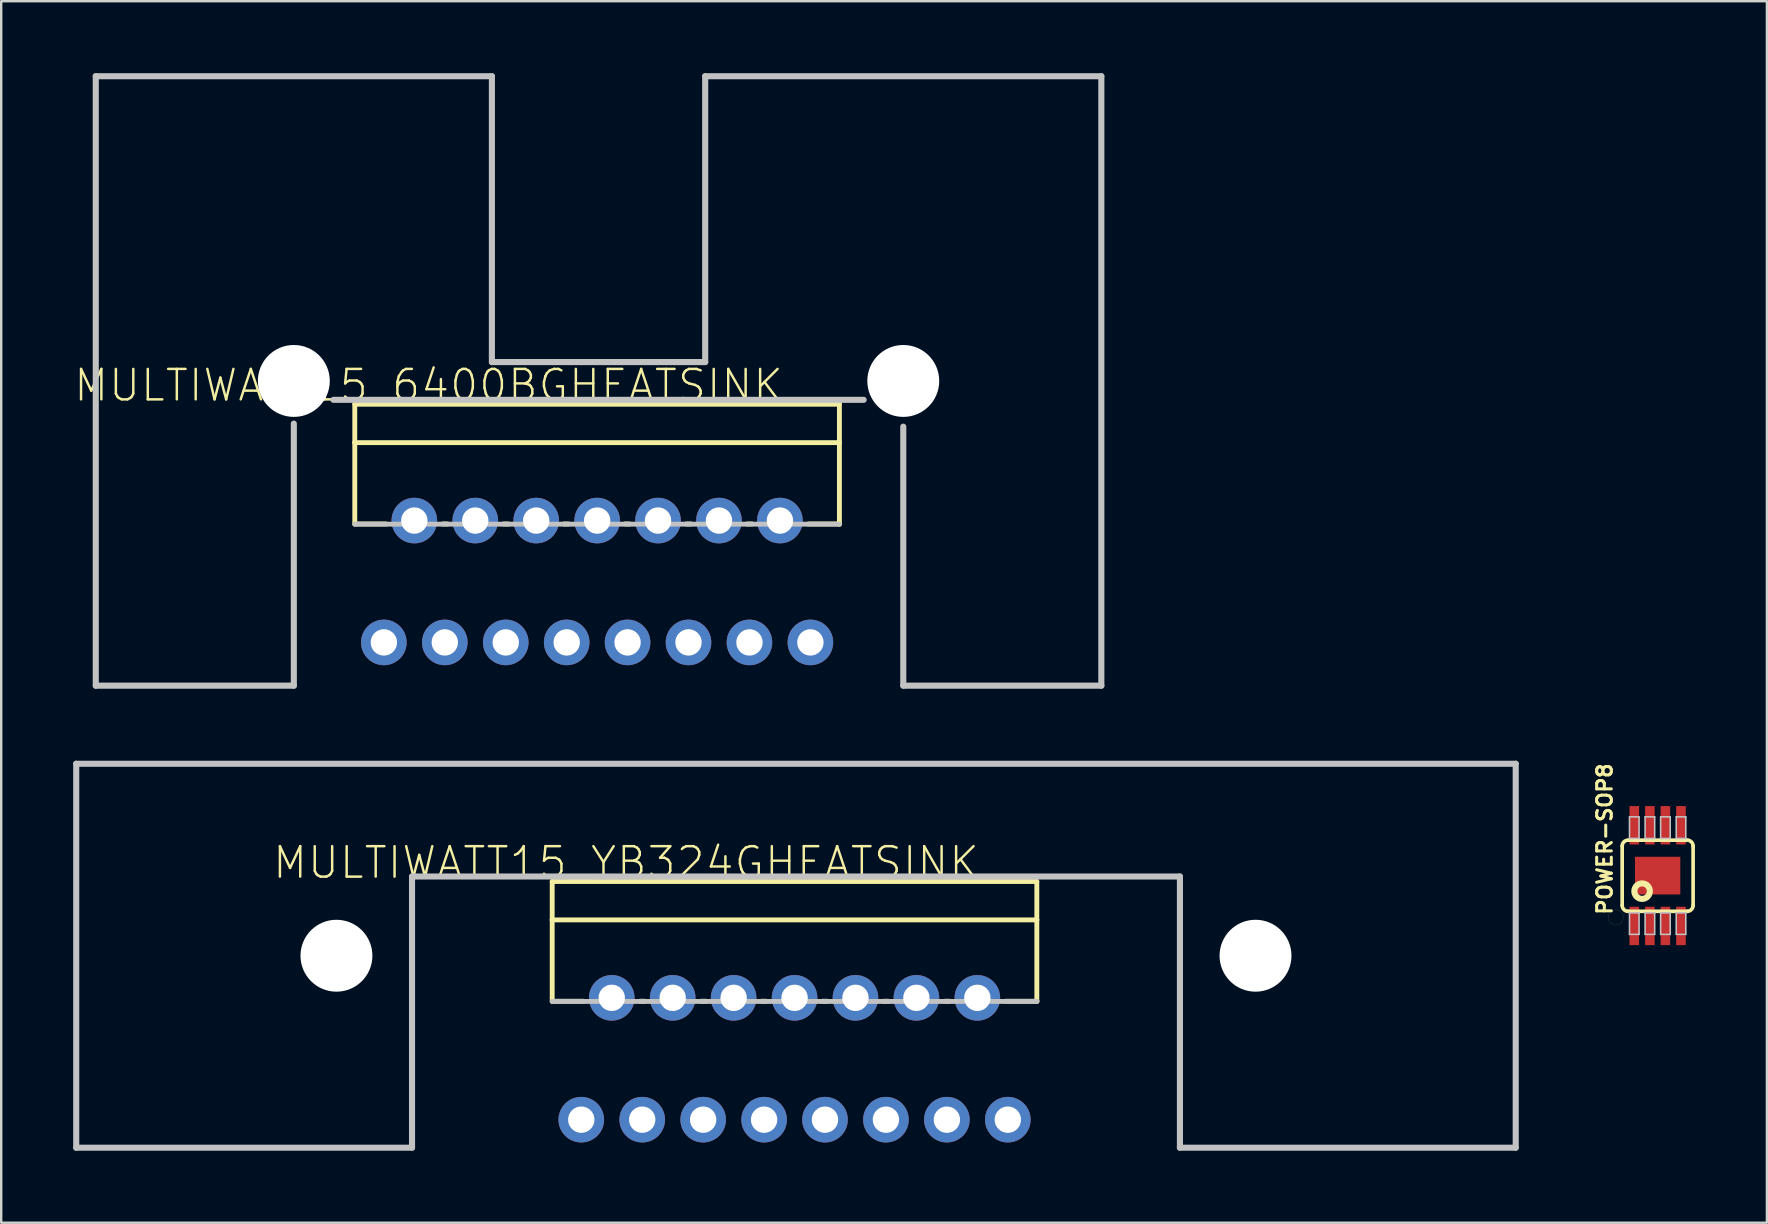
<source format=kicad_pcb>
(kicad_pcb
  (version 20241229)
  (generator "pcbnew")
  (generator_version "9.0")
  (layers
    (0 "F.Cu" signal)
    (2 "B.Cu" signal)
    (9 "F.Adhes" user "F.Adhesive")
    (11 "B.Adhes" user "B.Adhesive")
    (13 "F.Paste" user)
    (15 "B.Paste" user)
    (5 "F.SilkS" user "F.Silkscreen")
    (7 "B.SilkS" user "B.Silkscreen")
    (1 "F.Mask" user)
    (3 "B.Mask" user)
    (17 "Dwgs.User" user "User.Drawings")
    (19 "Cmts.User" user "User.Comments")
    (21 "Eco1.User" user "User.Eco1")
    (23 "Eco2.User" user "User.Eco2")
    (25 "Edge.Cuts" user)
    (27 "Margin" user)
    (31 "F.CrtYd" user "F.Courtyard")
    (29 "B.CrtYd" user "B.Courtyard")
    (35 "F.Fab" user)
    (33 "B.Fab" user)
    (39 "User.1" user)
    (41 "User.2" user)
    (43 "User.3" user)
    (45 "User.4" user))
  (footprint "POWER-SOP8"
    (layer "F.Cu")
    (at 66.036 33.443)
    (property "Reference" "POWER-SOP8" (at -2.207 -1.524 90) (layer "F.SilkS") (effects (font (size 0.61 0.61) (thickness 0.127))))
    (attr smd)
    (fp_line (start -2.062 1.745) (end -2.055 1.816) (stroke (width 0.003) (type solid)) (layer "F.SilkS"))
    (fp_line (start -2.055 1.674) (end -2.062 1.745) (stroke (width 0.003) (type solid)) (layer "F.SilkS"))
    (fp_line (start -2.055 1.816) (end -2.032 1.882) (stroke (width 0.003) (type solid)) (layer "F.SilkS"))
    (fp_line (start -2.032 1.608) (end -2.055 1.674) (stroke (width 0.003) (type solid)) (layer "F.SilkS"))
    (fp_line (start -2.032 1.882) (end -1.994 1.943) (stroke (width 0.003) (type solid)) (layer "F.SilkS"))
    (fp_line (start -1.994 1.547) (end -2.032 1.608) (stroke (width 0.003) (type solid)) (layer "F.SilkS"))
    (fp_line (start -1.994 1.943) (end -1.943 1.994) (stroke (width 0.003) (type solid)) (layer "F.SilkS"))
    (fp_line (start -1.943 1.496) (end -1.994 1.547) (stroke (width 0.003) (type solid)) (layer "F.SilkS"))
    (fp_line (start -1.943 1.994) (end -1.882 2.032) (stroke (width 0.003) (type solid)) (layer "F.SilkS"))
    (fp_line (start -1.882 1.458) (end -1.943 1.496) (stroke (width 0.003) (type solid)) (layer "F.SilkS"))
    (fp_line (start -1.882 2.032) (end -1.816 2.055) (stroke (width 0.003) (type solid)) (layer "F.SilkS"))
    (fp_line (start -1.816 1.435) (end -1.882 1.458) (stroke (width 0.003) (type solid)) (layer "F.SilkS"))
    (fp_line (start -1.816 2.055) (end -1.745 2.062) (stroke (width 0.003) (type solid)) (layer "F.SilkS"))
    (fp_line (start -1.745 1.427) (end -1.816 1.435) (stroke (width 0.003) (type solid)) (layer "F.SilkS"))
    (fp_line (start -1.745 2.062) (end -1.674 2.055) (stroke (width 0.003) (type solid)) (layer "F.SilkS"))
    (fp_line (start -1.674 1.435) (end -1.745 1.427) (stroke (width 0.003) (type solid)) (layer "F.SilkS"))
    (fp_line (start -1.674 2.055) (end -1.608 2.032) (stroke (width 0.003) (type solid)) (layer "F.SilkS"))
    (fp_line (start -1.608 1.458) (end -1.674 1.435) (stroke (width 0.003) (type solid)) (layer "F.SilkS"))
    (fp_line (start -1.608 2.032) (end -1.547 1.994) (stroke (width 0.003) (type solid)) (layer "F.SilkS"))
    (fp_line (start -1.547 1.496) (end -1.608 1.458) (stroke (width 0.003) (type solid)) (layer "F.SilkS"))
    (fp_line (start -1.547 1.994) (end -1.496 1.943) (stroke (width 0.003) (type solid)) (layer "F.SilkS"))
    (fp_line (start -1.496 1.547) (end -1.547 1.496) (stroke (width 0.003) (type solid)) (layer "F.SilkS"))
    (fp_line (start -1.496 1.943) (end -1.458 1.882) (stroke (width 0.003) (type solid)) (layer "F.SilkS"))
    (fp_line (start -1.478 -1.229) (end -1.478 1.229) (stroke (width 0.152) (type solid)) (layer "F.SilkS"))
    (fp_line (start -1.458 1.608) (end -1.496 1.547) (stroke (width 0.003) (type solid)) (layer "F.SilkS"))
    (fp_line (start -1.458 1.882) (end -1.435 1.816) (stroke (width 0.003) (type solid)) (layer "F.SilkS"))
    (fp_line (start -1.435 1.674) (end -1.458 1.608) (stroke (width 0.003) (type solid)) (layer "F.SilkS"))
    (fp_line (start -1.435 1.816) (end -1.427 1.745) (stroke (width 0.003) (type solid)) (layer "F.SilkS"))
    (fp_line (start -1.427 1.745) (end -1.435 1.674) (stroke (width 0.003) (type solid)) (layer "F.SilkS"))
    (fp_line (start -1.219 -1.478) (end 1.24 -1.478) (stroke (width 0.152) (type solid)) (layer "F.SilkS"))
    (fp_line (start 1.24 1.488) (end -1.219 1.488) (stroke (width 0.152) (type solid)) (layer "F.SilkS"))
    (fp_line (start 1.478 1.24) (end 1.478 -1.229) (stroke (width 0.152) (type solid)) (layer "F.SilkS"))
    (fp_arc (start -1.47828 -1.22936) (mid -1.405373 -1.405373) (end -1.22936 -1.47828) (stroke (width 0.1524) (type solid)) (layer "F.SilkS"))
    (fp_arc (start -1.22936 1.48844) (mid -1.405373 1.415533) (end -1.47828 1.23952) (stroke (width 0.1524) (type solid)) (layer "F.SilkS"))
    (fp_arc (start 1.22936 -1.47828) (mid 1.405373 -1.405373) (end 1.47828 -1.22936) (stroke (width 0.1524) (type solid)) (layer "F.SilkS"))
    (fp_arc (start 1.47828 1.23952) (mid 1.405373 1.415533) (end 1.22936 1.48844) (stroke (width 0.1524) (type solid)) (layer "F.SilkS"))
    (fp_circle (center -0.648 0.648) (end -0.648 0.325) (stroke (width 0.254) (type solid)) (fill no) (layer "F.SilkS"))
    (fp_line (start -1.173 -2.449) (end -0.775 -2.449) (stroke (width 0.066) (type solid)) (layer "Dwgs.User"))
    (fp_line (start -1.173 -1.549) (end -1.173 -2.449) (stroke (width 0.066) (type solid)) (layer "Dwgs.User"))
    (fp_line (start -1.173 -1.549) (end -0.775 -1.549) (stroke (width 0.066) (type solid)) (layer "Dwgs.User"))
    (fp_line (start -1.173 1.549) (end -0.775 1.549) (stroke (width 0.066) (type solid)) (layer "Dwgs.User"))
    (fp_line (start -1.173 2.449) (end -1.173 1.549) (stroke (width 0.066) (type solid)) (layer "Dwgs.User"))
    (fp_line (start -1.173 2.449) (end -0.775 2.449) (stroke (width 0.066) (type solid)) (layer "Dwgs.User"))
    (fp_line (start -0.775 -1.549) (end -0.775 -2.449) (stroke (width 0.066) (type solid)) (layer "Dwgs.User"))
    (fp_line (start -0.775 2.449) (end -0.775 1.549) (stroke (width 0.066) (type solid)) (layer "Dwgs.User"))
    (fp_line (start -0.523 -2.449) (end -0.124 -2.449) (stroke (width 0.066) (type solid)) (layer "Dwgs.User"))
    (fp_line (start -0.523 -1.549) (end -0.523 -2.449) (stroke (width 0.066) (type solid)) (layer "Dwgs.User"))
    (fp_line (start -0.523 -1.549) (end -0.124 -1.549) (stroke (width 0.066) (type solid)) (layer "Dwgs.User"))
    (fp_line (start -0.523 1.549) (end -0.124 1.549) (stroke (width 0.066) (type solid)) (layer "Dwgs.User"))
    (fp_line (start -0.523 2.449) (end -0.523 1.549) (stroke (width 0.066) (type solid)) (layer "Dwgs.User"))
    (fp_line (start -0.523 2.449) (end -0.124 2.449) (stroke (width 0.066) (type solid)) (layer "Dwgs.User"))
    (fp_line (start -0.124 -1.549) (end -0.124 -2.449) (stroke (width 0.066) (type solid)) (layer "Dwgs.User"))
    (fp_line (start -0.124 2.449) (end -0.124 1.549) (stroke (width 0.066) (type solid)) (layer "Dwgs.User"))
    (fp_line (start 0.124 -2.449) (end 0.523 -2.449) (stroke (width 0.066) (type solid)) (layer "Dwgs.User"))
    (fp_line (start 0.124 -1.549) (end 0.124 -2.449) (stroke (width 0.066) (type solid)) (layer "Dwgs.User"))
    (fp_line (start 0.124 -1.549) (end 0.523 -1.549) (stroke (width 0.066) (type solid)) (layer "Dwgs.User"))
    (fp_line (start 0.124 1.549) (end 0.523 1.549) (stroke (width 0.066) (type solid)) (layer "Dwgs.User"))
    (fp_line (start 0.124 2.449) (end 0.124 1.549) (stroke (width 0.066) (type solid)) (layer "Dwgs.User"))
    (fp_line (start 0.124 2.449) (end 0.523 2.449) (stroke (width 0.066) (type solid)) (layer "Dwgs.User"))
    (fp_line (start 0.523 -1.549) (end 0.523 -2.449) (stroke (width 0.066) (type solid)) (layer "Dwgs.User"))
    (fp_line (start 0.523 2.449) (end 0.523 1.549) (stroke (width 0.066) (type solid)) (layer "Dwgs.User"))
    (fp_line (start 0.775 -2.449) (end 1.173 -2.449) (stroke (width 0.066) (type solid)) (layer "Dwgs.User"))
    (fp_line (start 0.775 -1.549) (end 0.775 -2.449) (stroke (width 0.066) (type solid)) (layer "Dwgs.User"))
    (fp_line (start 0.775 -1.549) (end 1.173 -1.549) (stroke (width 0.066) (type solid)) (layer "Dwgs.User"))
    (fp_line (start 0.775 1.549) (end 1.173 1.549) (stroke (width 0.066) (type solid)) (layer "Dwgs.User"))
    (fp_line (start 0.775 2.449) (end 0.775 1.549) (stroke (width 0.066) (type solid)) (layer "Dwgs.User"))
    (fp_line (start 0.775 2.449) (end 1.173 2.449) (stroke (width 0.066) (type solid)) (layer "Dwgs.User"))
    (fp_line (start 1.173 -1.549) (end 1.173 -2.449) (stroke (width 0.066) (type solid)) (layer "Dwgs.User"))
    (fp_line (start 1.173 2.449) (end 1.173 1.549) (stroke (width 0.066) (type solid)) (layer "Dwgs.User"))
    (pad "1" smd rect (at -0.973 2.098) (size 0.399 1.598) (layers "F.Cu" "F.Mask" "F.Paste"))
    (pad "2" smd rect (at -0.323 2.098) (size 0.399 1.598) (layers "F.Cu" "F.Mask" "F.Paste"))
    (pad "3" smd rect (at 0.323 2.098) (size 0.399 1.598) (layers "F.Cu" "F.Mask" "F.Paste"))
    (pad "4" smd rect (at 0.973 2.098) (size 0.399 1.598) (layers "F.Cu" "F.Mask" "F.Paste"))
    (pad "5" smd rect (at 0.973 -2.098) (size 0.399 1.598) (layers "F.Cu" "F.Mask" "F.Paste"))
    (pad "6" smd rect (at 0.323 -2.098) (size 0.399 1.598) (layers "F.Cu" "F.Mask" "F.Paste"))
    (pad "7" smd rect (at -0.323 -2.098) (size 0.399 1.598) (layers "F.Cu" "F.Mask" "F.Paste"))
    (pad "8" smd rect (at -0.973 -2.098) (size 0.399 1.598) (layers "F.Cu" "F.Mask" "F.Paste"))
    (pad "9" smd rect (at 0 0) (size 1.89 1.57) (layers "F.Cu" "F.Mask" "F.Paste")))
  (footprint "MULTIWATT15_6400BGHEATSINK"
    (layer "F.Cu")
    (at 21.896 21.336)
    (property "Reference" "MULTIWATT15_6400BGHEATSINK" (at -7.084 -8.324 0) (layer "F.SilkS") (effects (font (size 1.27 1.27) (thickness 0.102))))
    (attr exclude_from_pos_files exclude_from_bom)
    (fp_line (start -10.16 -7.539) (end 10.038 -7.539) (stroke (width 0.203) (type solid)) (layer "F.SilkS"))
    (fp_line (start -10.16 -5.939) (end -10.16 -7.539) (stroke (width 0.203) (type solid)) (layer "F.SilkS"))
    (fp_line (start -10.16 -5.939) (end 10.038 -5.939) (stroke (width 0.203) (type solid)) (layer "F.SilkS"))
    (fp_line (start -10.16 -2.54) (end -10.16 -5.939) (stroke (width 0.203) (type solid)) (layer "F.SilkS"))
    (fp_line (start -10.15 -2.548) (end -8.849 -2.548) (stroke (width 0.203) (type solid)) (layer "F.SilkS"))
    (fp_line (start -6.5 -2.548) (end -6.299 -2.548) (stroke (width 0.203) (type solid)) (layer "F.SilkS"))
    (fp_line (start -3.95 -2.548) (end -3.749 -2.548) (stroke (width 0.203) (type solid)) (layer "F.SilkS"))
    (fp_line (start -1.448 -2.548) (end -1.25 -2.548) (stroke (width 0.203) (type solid)) (layer "F.SilkS"))
    (fp_line (start 1.1 -2.548) (end 1.298 -2.548) (stroke (width 0.203) (type solid)) (layer "F.SilkS"))
    (fp_line (start 3.65 -2.548) (end 3.848 -2.548) (stroke (width 0.203) (type solid)) (layer "F.SilkS"))
    (fp_line (start 6.198 -2.548) (end 6.398 -2.548) (stroke (width 0.203) (type solid)) (layer "F.SilkS"))
    (fp_line (start 10.038 -7.539) (end 10.038 -5.939) (stroke (width 0.203) (type solid)) (layer "F.SilkS"))
    (fp_line (start 10.038 -5.939) (end 10.038 -2.54) (stroke (width 0.203) (type solid)) (layer "F.SilkS"))
    (fp_line (start 10.048 -2.548) (end 8.748 -2.548) (stroke (width 0.203) (type solid)) (layer "F.SilkS"))
    (fp_line (start -20.955 -21.209) (end -4.445 -21.209) (stroke (width 0.254) (type solid)) (layer "Dwgs.User"))
    (fp_line (start -20.955 4.191) (end -20.955 -21.209) (stroke (width 0.254) (type solid)) (layer "Dwgs.User"))
    (fp_line (start -12.7 -6.731) (end -12.7 4.191) (stroke (width 0.254) (type solid)) (layer "Dwgs.User"))
    (fp_line (start -12.7 4.191) (end -20.955 4.191) (stroke (width 0.254) (type solid)) (layer "Dwgs.User"))
    (fp_line (start -11.049 -7.722) (end 11.049 -7.722) (stroke (width 0.254) (type solid)) (layer "Dwgs.User"))
    (fp_line (start -4.445 -21.209) (end -4.445 -9.296) (stroke (width 0.254) (type solid)) (layer "Dwgs.User"))
    (fp_line (start -4.445 -9.296) (end 4.445 -9.296) (stroke (width 0.254) (type solid)) (layer "Dwgs.User"))
    (fp_line (start 4.445 -21.209) (end 20.955 -21.209) (stroke (width 0.254) (type solid)) (layer "Dwgs.User"))
    (fp_line (start 4.445 -9.296) (end 4.445 -21.209) (stroke (width 0.254) (type solid)) (layer "Dwgs.User"))
    (fp_line (start 10.038 -2.54) (end -10.16 -2.54) (stroke (width 0.203) (type solid)) (layer "Dwgs.User"))
    (fp_line (start 12.7 -6.604) (end 12.7 4.191) (stroke (width 0.254) (type solid)) (layer "Dwgs.User"))
    (fp_line (start 12.7 4.191) (end 20.955 4.191) (stroke (width 0.254) (type solid)) (layer "Dwgs.User"))
    (fp_line (start 20.955 4.191) (end 20.955 -21.209) (stroke (width 0.254) (type solid)) (layer "Dwgs.User"))
    (pad "" np_thru_hole circle (at -12.7 -8.509) (size 2.997 2.997) (drill 2.997) (layers "*.Cu" "*.Mask"))
    (pad "" np_thru_hole circle (at 12.7 -8.509) (size 2.997 2.997) (drill 2.997) (layers "*.Cu" "*.Mask"))
    (pad "1" thru_hole circle (at -8.948 2.388) (size 1.9 1.9) (drill 1.1) (layers "*.Cu" "*.Paste" "*.Mask"))
    (pad "2" thru_hole circle (at -7.678 -2.69) (size 1.9 1.9) (drill 1.1) (layers "*.Cu" "*.Paste" "*.Mask"))
    (pad "3" thru_hole circle (at -6.408 2.388) (size 1.9 1.9) (drill 1.1) (layers "*.Cu" "*.Paste" "*.Mask"))
    (pad "4" thru_hole circle (at -5.138 -2.69) (size 1.9 1.9) (drill 1.1) (layers "*.Cu" "*.Paste" "*.Mask"))
    (pad "5" thru_hole circle (at -3.868 2.388) (size 1.9 1.9) (drill 1.1) (layers "*.Cu" "*.Paste" "*.Mask"))
    (pad "6" thru_hole circle (at -2.598 -2.69) (size 1.9 1.9) (drill 1.1) (layers "*.Cu" "*.Paste" "*.Mask"))
    (pad "7" thru_hole circle (at -1.328 2.388) (size 1.9 1.9) (drill 1.1) (layers "*.Cu" "*.Paste" "*.Mask"))
    (pad "8" thru_hole circle (at -0.058 -2.69) (size 1.9 1.9) (drill 1.1) (layers "*.Cu" "*.Paste" "*.Mask"))
    (pad "9" thru_hole circle (at 1.209 2.388) (size 1.9 1.9) (drill 1.1) (layers "*.Cu" "*.Paste" "*.Mask"))
    (pad "10" thru_hole circle (at 2.479 -2.69) (size 1.9 1.9) (drill 1.1) (layers "*.Cu" "*.Paste" "*.Mask"))
    (pad "11" thru_hole circle (at 3.749 2.388) (size 1.9 1.9) (drill 1.1) (layers "*.Cu" "*.Paste" "*.Mask"))
    (pad "12" thru_hole circle (at 5.019 -2.69) (size 1.9 1.9) (drill 1.1) (layers "*.Cu" "*.Paste" "*.Mask"))
    (pad "13" thru_hole circle (at 6.289 2.388) (size 1.9 1.9) (drill 1.1) (layers "*.Cu" "*.Paste" "*.Mask"))
    (pad "14" thru_hole circle (at 7.559 -2.69) (size 1.9 1.9) (drill 1.1) (layers "*.Cu" "*.Paste" "*.Mask"))
    (pad "15" thru_hole circle (at 8.829 2.388) (size 1.9 1.9) (drill 1.1) (layers "*.Cu" "*.Paste" "*.Mask")))
  (footprint "MULTIWATT15_YB324GHEATSINK"
    (layer "F.Cu")
    (at 30.124 41.227)
    (property "Reference" "MULTIWATT15_YB324GHEATSINK" (at -7.084 -8.324 0) (layer "F.SilkS") (effects (font (size 1.27 1.27) (thickness 0.102))))
    (attr exclude_from_pos_files exclude_from_bom)
    (fp_line (start -10.16 -7.539) (end 10.038 -7.539) (stroke (width 0.203) (type solid)) (layer "F.SilkS"))
    (fp_line (start -10.16 -5.939) (end -10.16 -7.539) (stroke (width 0.203) (type solid)) (layer "F.SilkS"))
    (fp_line (start -10.16 -5.939) (end 10.038 -5.939) (stroke (width 0.203) (type solid)) (layer "F.SilkS"))
    (fp_line (start -10.16 -2.54) (end -10.16 -5.939) (stroke (width 0.203) (type solid)) (layer "F.SilkS"))
    (fp_line (start -10.15 -2.548) (end -8.849 -2.548) (stroke (width 0.203) (type solid)) (layer "F.SilkS"))
    (fp_line (start -6.5 -2.548) (end -6.299 -2.548) (stroke (width 0.203) (type solid)) (layer "F.SilkS"))
    (fp_line (start -3.95 -2.548) (end -3.749 -2.548) (stroke (width 0.203) (type solid)) (layer "F.SilkS"))
    (fp_line (start -1.448 -2.548) (end -1.25 -2.548) (stroke (width 0.203) (type solid)) (layer "F.SilkS"))
    (fp_line (start 1.1 -2.548) (end 1.298 -2.548) (stroke (width 0.203) (type solid)) (layer "F.SilkS"))
    (fp_line (start 3.65 -2.548) (end 3.848 -2.548) (stroke (width 0.203) (type solid)) (layer "F.SilkS"))
    (fp_line (start 6.198 -2.548) (end 6.398 -2.548) (stroke (width 0.203) (type solid)) (layer "F.SilkS"))
    (fp_line (start 10.038 -7.539) (end 10.038 -5.939) (stroke (width 0.203) (type solid)) (layer "F.SilkS"))
    (fp_line (start 10.038 -5.939) (end 10.038 -2.54) (stroke (width 0.203) (type solid)) (layer "F.SilkS"))
    (fp_line (start 10.048 -2.548) (end 8.748 -2.548) (stroke (width 0.203) (type solid)) (layer "F.SilkS"))
    (fp_line (start -29.997 -12.446) (end -29.997 3.556) (stroke (width 0.254) (type solid)) (layer "Dwgs.User"))
    (fp_line (start -16.002 -7.747) (end -16.002 3.556) (stroke (width 0.254) (type solid)) (layer "Dwgs.User"))
    (fp_line (start -16.002 3.556) (end -29.997 3.556) (stroke (width 0.254) (type solid)) (layer "Dwgs.User"))
    (fp_line (start 10.038 -2.54) (end -10.16 -2.54) (stroke (width 0.203) (type solid)) (layer "Dwgs.User"))
    (fp_line (start 16.002 -7.747) (end -16.002 -7.747) (stroke (width 0.254) (type solid)) (layer "Dwgs.User"))
    (fp_line (start 16.002 3.556) (end 16.002 -7.747) (stroke (width 0.254) (type solid)) (layer "Dwgs.User"))
    (fp_line (start 29.997 -12.446) (end -29.997 -12.446) (stroke (width 0.254) (type solid)) (layer "Dwgs.User"))
    (fp_line (start 29.997 -12.446) (end 29.997 3.556) (stroke (width 0.254) (type solid)) (layer "Dwgs.User"))
    (fp_line (start 29.997 3.556) (end 16.002 3.556) (stroke (width 0.254) (type solid)) (layer "Dwgs.User"))
    (pad "" np_thru_hole circle (at -19.152 -4.445) (size 2.997 2.997) (drill 2.997) (layers "*.Cu" "*.Mask"))
    (pad "" np_thru_hole circle (at 19.152 -4.445) (size 2.997 2.997) (drill 2.997) (layers "*.Cu" "*.Mask"))
    (pad "1" thru_hole circle (at -8.948 2.388) (size 1.9 1.9) (drill 1.1) (layers "*.Cu" "*.Paste" "*.Mask"))
    (pad "2" thru_hole circle (at -7.678 -2.69) (size 1.9 1.9) (drill 1.1) (layers "*.Cu" "*.Paste" "*.Mask"))
    (pad "3" thru_hole circle (at -6.408 2.388) (size 1.9 1.9) (drill 1.1) (layers "*.Cu" "*.Paste" "*.Mask"))
    (pad "4" thru_hole circle (at -5.138 -2.69) (size 1.9 1.9) (drill 1.1) (layers "*.Cu" "*.Paste" "*.Mask"))
    (pad "5" thru_hole circle (at -3.868 2.388) (size 1.9 1.9) (drill 1.1) (layers "*.Cu" "*.Paste" "*.Mask"))
    (pad "6" thru_hole circle (at -2.598 -2.69) (size 1.9 1.9) (drill 1.1) (layers "*.Cu" "*.Paste" "*.Mask"))
    (pad "7" thru_hole circle (at -1.328 2.388) (size 1.9 1.9) (drill 1.1) (layers "*.Cu" "*.Paste" "*.Mask"))
    (pad "8" thru_hole circle (at -0.058 -2.69) (size 1.9 1.9) (drill 1.1) (layers "*.Cu" "*.Paste" "*.Mask"))
    (pad "9" thru_hole circle (at 1.209 2.388) (size 1.9 1.9) (drill 1.1) (layers "*.Cu" "*.Paste" "*.Mask"))
    (pad "10" thru_hole circle (at 2.479 -2.69) (size 1.9 1.9) (drill 1.1) (layers "*.Cu" "*.Paste" "*.Mask"))
    (pad "11" thru_hole circle (at 3.749 2.388) (size 1.9 1.9) (drill 1.1) (layers "*.Cu" "*.Paste" "*.Mask"))
    (pad "12" thru_hole circle (at 5.019 -2.69) (size 1.9 1.9) (drill 1.1) (layers "*.Cu" "*.Paste" "*.Mask"))
    (pad "13" thru_hole circle (at 6.289 2.388) (size 1.9 1.9) (drill 1.1) (layers "*.Cu" "*.Paste" "*.Mask"))
    (pad "14" thru_hole circle (at 7.559 -2.69) (size 1.9 1.9) (drill 1.1) (layers "*.Cu" "*.Paste" "*.Mask"))
    (pad "15" thru_hole circle (at 8.829 2.388) (size 1.9 1.9) (drill 1.1) (layers "*.Cu" "*.Paste" "*.Mask")))
  (gr_rect
    (start -3 -3)
    (end 70.59 47.91)
    (stroke (width 0.1) (type default))
    (fill no)
    (layer "Edge.Cuts")))
</source>
